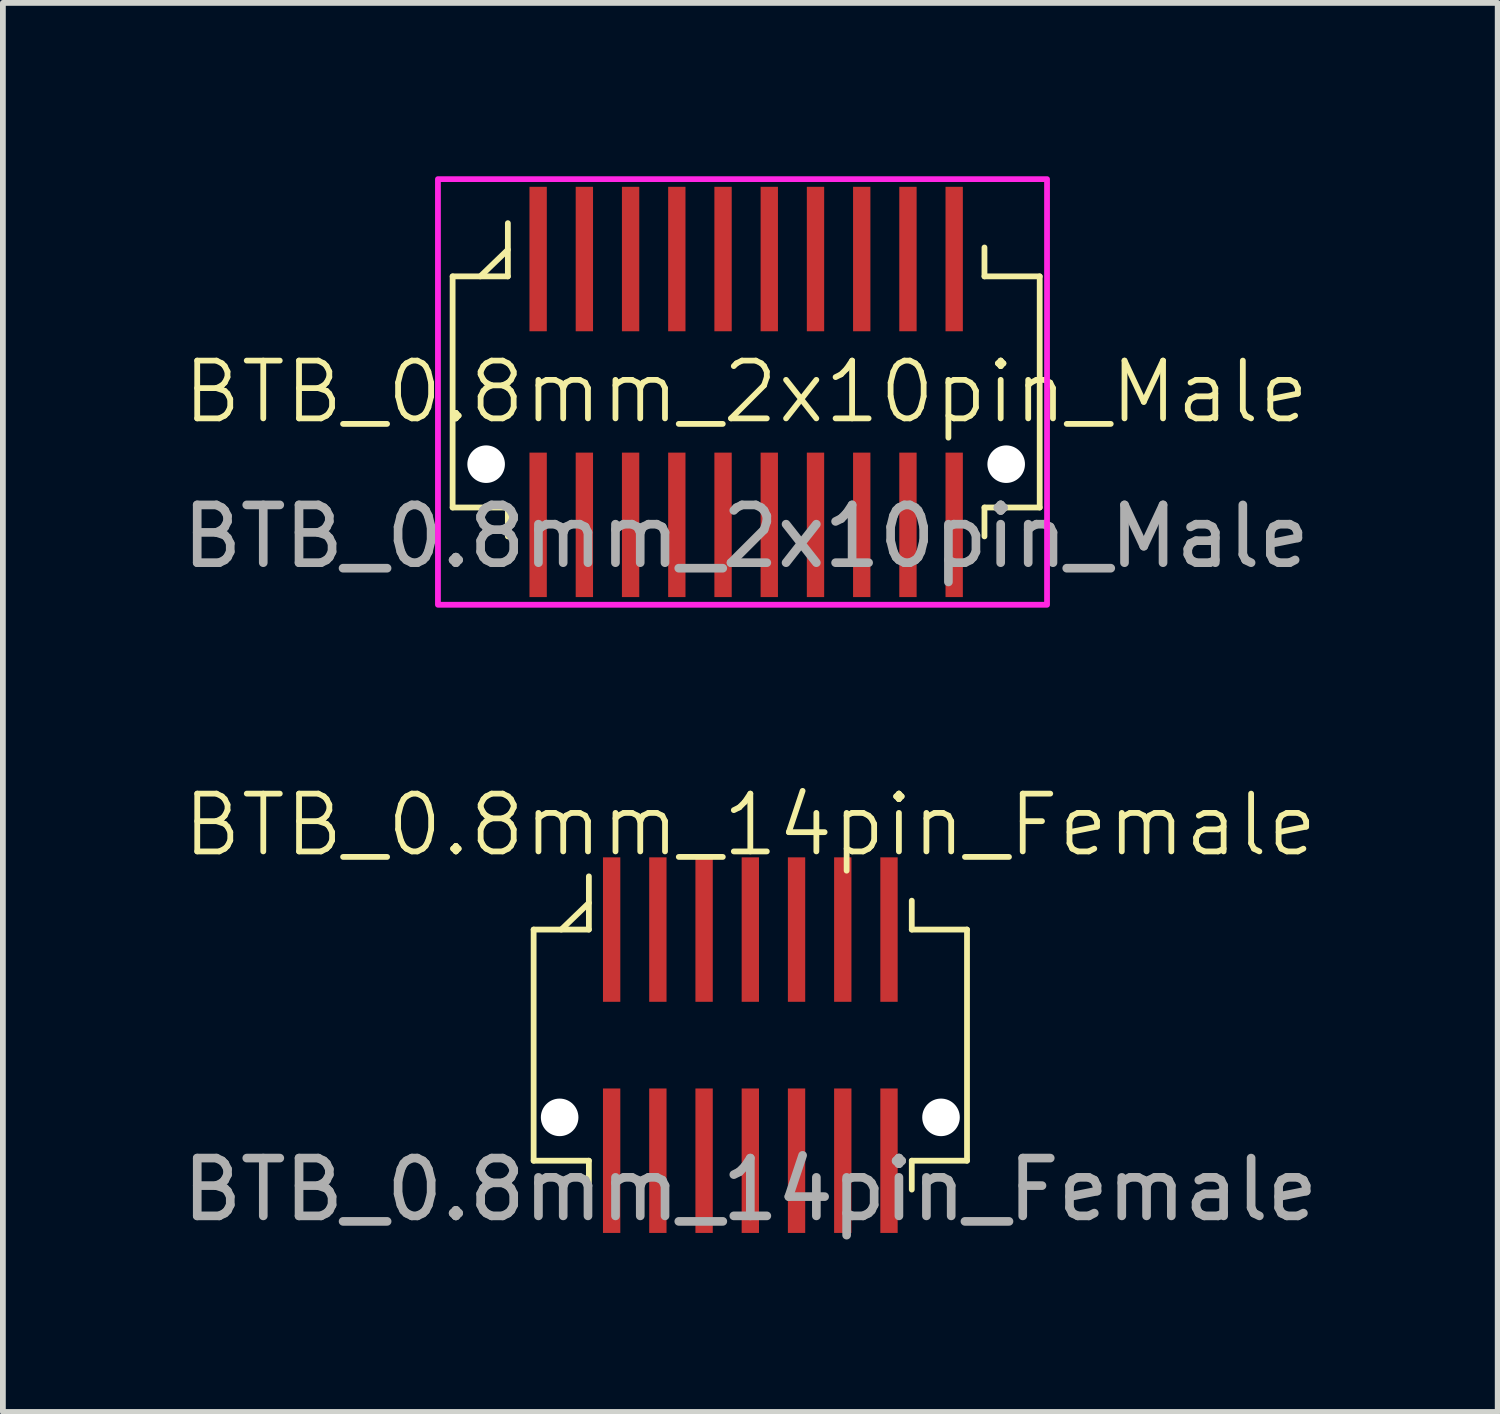
<source format=kicad_pcb>
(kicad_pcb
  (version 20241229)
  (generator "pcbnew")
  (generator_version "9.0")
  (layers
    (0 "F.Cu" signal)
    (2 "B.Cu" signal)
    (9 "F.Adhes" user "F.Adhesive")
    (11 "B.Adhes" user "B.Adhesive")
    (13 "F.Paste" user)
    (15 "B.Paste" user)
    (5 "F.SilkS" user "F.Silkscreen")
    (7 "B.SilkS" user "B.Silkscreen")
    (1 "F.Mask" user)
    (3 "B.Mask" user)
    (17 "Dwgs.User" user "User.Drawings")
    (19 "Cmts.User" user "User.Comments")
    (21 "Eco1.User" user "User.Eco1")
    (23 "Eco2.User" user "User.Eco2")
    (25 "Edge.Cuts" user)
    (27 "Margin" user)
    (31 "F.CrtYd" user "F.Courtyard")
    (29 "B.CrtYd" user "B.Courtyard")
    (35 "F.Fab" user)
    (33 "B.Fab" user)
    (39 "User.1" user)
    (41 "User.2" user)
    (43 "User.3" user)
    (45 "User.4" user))
  (footprint "BTB_0.8mm_2x10pin_Male"
    (layer "F.Cu")
    (at 9.863 3.733)
    (property "Reference" "BTB_0.8mm_2x10pin_Male" (at 0 0 0) (unlocked yes) (layer "F.SilkS") (effects (font (size 1 1) (thickness 0.1))))
    (attr smd)
    (fp_line (start -5.08 -2) (end -4.124 -2) (stroke (width 0.1) (type default)) (layer "F.SilkS"))
    (fp_line (start -5.08 2) (end -5.08 -2) (stroke (width 0.1) (type default)) (layer "F.SilkS"))
    (fp_line (start -4.124 -2.461) (end -4.602 -2) (stroke (width 0.1) (type default)) (layer "F.SilkS"))
    (fp_line (start -4.124 -2) (end -4.124 -2.921) (stroke (width 0.1) (type default)) (layer "F.SilkS"))
    (fp_line (start -4.124 2) (end -5.08 2) (stroke (width 0.1) (type default)) (layer "F.SilkS"))
    (fp_line (start -4.124 2) (end -4.124 2.5) (stroke (width 0.1) (type default)) (layer "F.SilkS"))
    (fp_line (start 4.124 -2) (end 4.124 -2.5) (stroke (width 0.1) (type default)) (layer "F.SilkS"))
    (fp_line (start 4.124 -2) (end 5.08 -2) (stroke (width 0.1) (type default)) (layer "F.SilkS"))
    (fp_line (start 4.124 2) (end 4.124 2.5) (stroke (width 0.1) (type default)) (layer "F.SilkS"))
    (fp_line (start 4.124 2) (end 5.08 2) (stroke (width 0.1) (type default)) (layer "F.SilkS"))
    (fp_line (start 5.08 -2) (end 5.08 2) (stroke (width 0.1) (type default)) (layer "F.SilkS"))
    (fp_rect (start -5.334 -3.683) (end 5.207 3.683) (stroke (width 0.1) (type default)) (fill no) (layer "F.CrtYd"))
    (fp_text user "${REFERENCE}" (at 0 2.5 0) (unlocked yes) (layer "F.Fab") (effects (font (size 1 1) (thickness 0.15))))
    (pad "" np_thru_hole circle (at -4.5 1.25) (size 0.65 0.65) (drill 0.65) (layers "*.Cu" "*.Mask"))
    (pad "" np_thru_hole circle (at 4.5 1.25) (size 0.65 0.65) (drill 0.65) (layers "*.Cu" "*.Mask"))
    (pad "1" smd rect (at 3.6 -2.3) (size 0.3 2.5) (layers "F.Cu" "F.Mask" "F.Paste"))
    (pad "2" smd rect (at 2.8 -2.3) (size 0.3 2.5) (layers "F.Cu" "F.Mask" "F.Paste"))
    (pad "3" smd rect (at 2 -2.3) (size 0.3 2.5) (layers "F.Cu" "F.Mask" "F.Paste"))
    (pad "4" smd rect (at 1.2 -2.3) (size 0.3 2.5) (layers "F.Cu" "F.Mask" "F.Paste"))
    (pad "5" smd rect (at 0.4 -2.3) (size 0.3 2.5) (layers "F.Cu" "F.Mask" "F.Paste"))
    (pad "6" smd rect (at -0.4 -2.3) (size 0.3 2.5) (layers "F.Cu" "F.Mask" "F.Paste"))
    (pad "7" smd rect (at -1.2 -2.3) (size 0.3 2.5) (layers "F.Cu" "F.Mask" "F.Paste"))
    (pad "8" smd rect (at -2 -2.3) (size 0.3 2.5) (layers "F.Cu" "F.Mask" "F.Paste"))
    (pad "9" smd rect (at -2.8 -2.3) (size 0.3 2.5) (layers "F.Cu" "F.Mask" "F.Paste"))
    (pad "10" smd rect (at -3.6 -2.3) (size 0.3 2.5) (layers "F.Cu" "F.Mask" "F.Paste"))
    (pad "11" smd rect (at -3.6 2.3) (size 0.3 2.5) (layers "F.Cu" "F.Mask" "F.Paste"))
    (pad "12" smd rect (at -2.8 2.3) (size 0.3 2.5) (layers "F.Cu" "F.Mask" "F.Paste"))
    (pad "13" smd rect (at -2 2.3) (size 0.3 2.5) (layers "F.Cu" "F.Mask" "F.Paste"))
    (pad "14" smd rect (at -1.2 2.3) (size 0.3 2.5) (layers "F.Cu" "F.Mask" "F.Paste"))
    (pad "15" smd rect (at -0.4 2.3) (size 0.3 2.5) (layers "F.Cu" "F.Mask" "F.Paste"))
    (pad "16" smd rect (at 0.4 2.3) (size 0.3 2.5) (layers "F.Cu" "F.Mask" "F.Paste"))
    (pad "17" smd rect (at 1.2 2.3) (size 0.3 2.5) (layers "F.Cu" "F.Mask" "F.Paste"))
    (pad "18" smd rect (at 2 2.3) (size 0.3 2.5) (layers "F.Cu" "F.Mask" "F.Paste"))
    (pad "19" smd rect (at 2.8 2.3) (size 0.3 2.5) (layers "F.Cu" "F.Mask" "F.Paste"))
    (pad "20" smd rect (at 3.6 2.3) (size 0.3 2.5) (layers "F.Cu" "F.Mask" "F.Paste")))
  (footprint "BTB_0.8mm_14pin_Female"
    (layer "F.Cu")
    (at 9.935 15.037)
    (property "Reference" "BTB_0.8mm_14pin_Female" (at 0 -3.81 0) (unlocked yes) (layer "F.SilkS") (effects (font (size 1 1) (thickness 0.1))))
    (attr smd)
    (fp_line (start -3.75 -2) (end -2.794 -2) (stroke (width 0.1) (type default)) (layer "F.SilkS"))
    (fp_line (start -3.75 2) (end -3.75 -2) (stroke (width 0.1) (type default)) (layer "F.SilkS"))
    (fp_line (start -2.794 -2.461) (end -3.272 -2) (stroke (width 0.1) (type default)) (layer "F.SilkS"))
    (fp_line (start -2.794 -2) (end -2.794 -2.921) (stroke (width 0.1) (type default)) (layer "F.SilkS"))
    (fp_line (start -2.794 2) (end -3.75 2) (stroke (width 0.1) (type default)) (layer "F.SilkS"))
    (fp_line (start -2.794 2) (end -2.794 2.5) (stroke (width 0.1) (type default)) (layer "F.SilkS"))
    (fp_line (start 2.794 -2) (end 2.794 -2.5) (stroke (width 0.1) (type default)) (layer "F.SilkS"))
    (fp_line (start 2.794 -2) (end 3.75 -2) (stroke (width 0.1) (type default)) (layer "F.SilkS"))
    (fp_line (start 2.794 2) (end 2.794 2.5) (stroke (width 0.1) (type default)) (layer "F.SilkS"))
    (fp_line (start 2.794 2) (end 3.75 2) (stroke (width 0.1) (type default)) (layer "F.SilkS"))
    (fp_line (start 3.75 -2) (end 3.75 2) (stroke (width 0.1) (type default)) (layer "F.SilkS"))
    (fp_text user "${REFERENCE}" (at 0 2.5 0) (unlocked yes) (layer "F.Fab") (effects (font (size 1 1) (thickness 0.15))))
    (pad "" np_thru_hole circle (at -3.3 1.25) (size 0.65 0.65) (drill 0.65) (layers "*.Cu" "*.Mask"))
    (pad "" np_thru_hole circle (at 3.3 1.25) (size 0.65 0.65) (drill 0.65) (layers "*.Cu" "*.Mask"))
    (pad "1" smd rect (at -2.4 -2) (size 0.3 2.5) (layers "F.Cu" "F.Mask" "F.Paste"))
    (pad "2" smd rect (at -1.6 -2) (size 0.3 2.5) (layers "F.Cu" "F.Mask" "F.Paste"))
    (pad "3" smd rect (at -0.8 -2) (size 0.3 2.5) (layers "F.Cu" "F.Mask" "F.Paste"))
    (pad "4" smd rect (at 0 -2) (size 0.3 2.5) (layers "F.Cu" "F.Mask" "F.Paste"))
    (pad "5" smd rect (at 0.8 -2) (size 0.3 2.5) (layers "F.Cu" "F.Mask" "F.Paste"))
    (pad "6" smd rect (at 1.6 -2) (size 0.3 2.5) (layers "F.Cu" "F.Mask" "F.Paste"))
    (pad "7" smd rect (at 2.4 -2) (size 0.3 2.5) (layers "F.Cu" "F.Mask" "F.Paste"))
    (pad "8" smd rect (at 2.4 2) (size 0.3 2.5) (layers "F.Cu" "F.Mask" "F.Paste"))
    (pad "9" smd rect (at 1.6 2) (size 0.3 2.5) (layers "F.Cu" "F.Mask" "F.Paste"))
    (pad "10" smd rect (at 0.8 2) (size 0.3 2.5) (layers "F.Cu" "F.Mask" "F.Paste"))
    (pad "11" smd rect (at 0 2) (size 0.3 2.5) (layers "F.Cu" "F.Mask" "F.Paste"))
    (pad "12" smd rect (at -0.8 2) (size 0.3 2.5) (layers "F.Cu" "F.Mask" "F.Paste"))
    (pad "13" smd rect (at -1.6 2) (size 0.3 2.5) (layers "F.Cu" "F.Mask" "F.Paste"))
    (pad "14" smd rect (at -2.4 2) (size 0.3 2.5) (layers "F.Cu" "F.Mask" "F.Paste")))
  (gr_rect
    (start -3 -3)
    (end 22.869 21.385)
    (stroke (width 0.1) (type default))
    (fill no)
    (layer "Edge.Cuts")))
</source>
